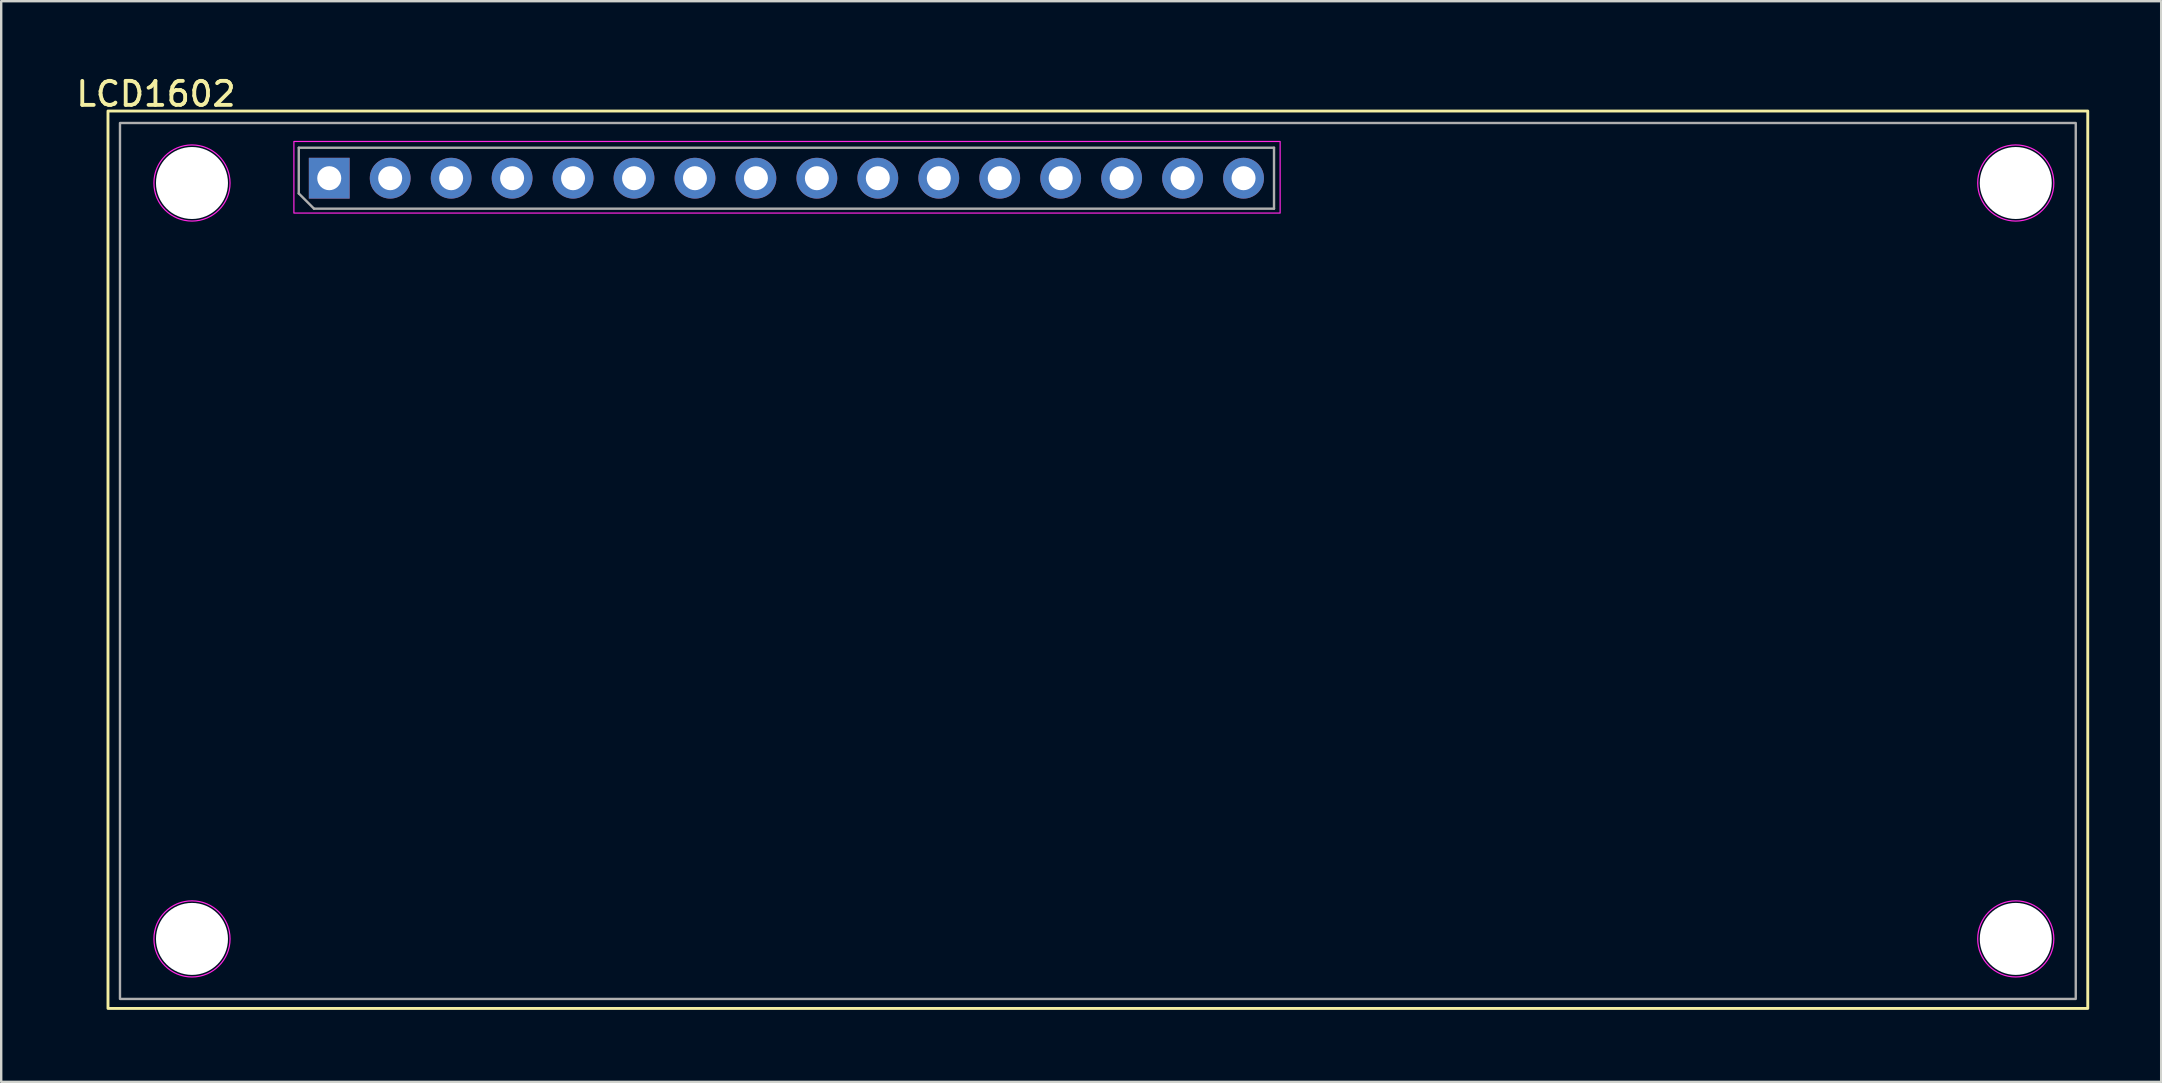
<source format=kicad_pcb>
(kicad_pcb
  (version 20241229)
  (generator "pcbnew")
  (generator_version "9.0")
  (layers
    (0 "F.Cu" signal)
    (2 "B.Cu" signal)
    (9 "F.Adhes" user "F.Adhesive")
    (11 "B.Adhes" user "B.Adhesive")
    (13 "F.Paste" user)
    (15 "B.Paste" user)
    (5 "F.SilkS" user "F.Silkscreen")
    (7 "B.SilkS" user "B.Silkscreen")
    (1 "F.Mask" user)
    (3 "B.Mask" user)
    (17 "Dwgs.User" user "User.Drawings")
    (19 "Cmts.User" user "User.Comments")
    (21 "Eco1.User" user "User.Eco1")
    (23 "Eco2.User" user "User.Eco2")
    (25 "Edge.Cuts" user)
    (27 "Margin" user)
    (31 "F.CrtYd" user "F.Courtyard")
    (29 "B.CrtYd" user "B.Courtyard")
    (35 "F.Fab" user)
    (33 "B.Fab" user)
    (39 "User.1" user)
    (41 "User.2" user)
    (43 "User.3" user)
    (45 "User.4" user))
  (footprint "LCD1602"
    (layer "F.Cu")
    (at 41.45 20.576)
    (property "Reference" "LCD1602" (at -38 -19.71 180) (layer "F.SilkS") (effects (font (size 1 1) (thickness 0.16))))
    (attr through_hole)
    (fp_rect (start -40 -19) (end 42.5 18.397) (stroke (width 0.12) (type default)) (fill no) (layer "F.SilkS"))
    (fp_rect (start -32.253 -17.73) (end 8.845 -14.747) (stroke (width 0.05) (type default)) (fill no) (layer "F.CrtYd"))
    (fp_circle (center -36.5 -16) (end -34.914 -16.002) (stroke (width 0.05) (type default)) (fill no) (layer "F.CrtYd"))
    (fp_circle (center -36.5 15.5) (end -34.914 15.498) (stroke (width 0.05) (type default)) (fill no) (layer "F.CrtYd"))
    (fp_circle (center 39.5 -16) (end 41.086 -16.002) (stroke (width 0.05) (type default)) (fill no) (layer "F.CrtYd"))
    (fp_circle (center 39.5 15.5) (end 41.086 15.498) (stroke (width 0.05) (type default)) (fill no) (layer "F.CrtYd"))
    (fp_line (start -32.05 -17.47) (end 8.59 -17.47) (stroke (width 0.1) (type solid)) (layer "F.Fab"))
    (fp_line (start -32.05 -15.565) (end -32.05 -17.47) (stroke (width 0.1) (type solid)) (layer "F.Fab"))
    (fp_line (start -31.415 -14.93) (end -32.05 -15.565) (stroke (width 0.1) (type solid)) (layer "F.Fab"))
    (fp_line (start 8.59 -17.47) (end 8.59 -14.93) (stroke (width 0.1) (type solid)) (layer "F.Fab"))
    (fp_line (start 8.59 -14.93) (end -31.415 -14.93) (stroke (width 0.1) (type solid)) (layer "F.Fab"))
    (fp_rect (start -39.5 -18.5) (end 42 18) (stroke (width 0.1) (type default)) (fill no) (layer "F.Fab"))
    (pad "" np_thru_hole circle (at -36.5 -16) (size 3 3) (drill 3) (layers "*.Cu" "*.Mask"))
    (pad "" np_thru_hole circle (at -36.5 15.5) (size 3 3) (drill 3) (layers "*.Cu" "*.Mask"))
    (pad "" np_thru_hole circle (at 39.5 -16) (size 3 3) (drill 3) (layers "*.Cu" "*.Mask"))
    (pad "" np_thru_hole circle (at 39.5 15.5) (size 3 3) (drill 3) (layers "*.Cu" "*.Mask"))
    (pad "1" thru_hole rect (at -30.78 -16.2 90) (size 1.7 1.7) (drill 1) (layers "*.Cu" "*.Mask"))
    (pad "2" thru_hole oval (at -28.24 -16.2 90) (size 1.7 1.7) (drill 1) (layers "*.Cu" "*.Mask"))
    (pad "3" thru_hole oval (at -25.7 -16.2 90) (size 1.7 1.7) (drill 1) (layers "*.Cu" "*.Mask"))
    (pad "4" thru_hole oval (at -23.16 -16.2 90) (size 1.7 1.7) (drill 1) (layers "*.Cu" "*.Mask"))
    (pad "5" thru_hole oval (at -20.62 -16.2 90) (size 1.7 1.7) (drill 1) (layers "*.Cu" "*.Mask"))
    (pad "6" thru_hole oval (at -18.08 -16.2 90) (size 1.7 1.7) (drill 1) (layers "*.Cu" "*.Mask"))
    (pad "7" thru_hole oval (at -15.54 -16.2 90) (size 1.7 1.7) (drill 1) (layers "*.Cu" "*.Mask"))
    (pad "8" thru_hole oval (at -13 -16.2 90) (size 1.7 1.7) (drill 1) (layers "*.Cu" "*.Mask"))
    (pad "9" thru_hole oval (at -10.46 -16.2 90) (size 1.7 1.7) (drill 1) (layers "*.Cu" "*.Mask"))
    (pad "10" thru_hole oval (at -7.92 -16.2 90) (size 1.7 1.7) (drill 1) (layers "*.Cu" "*.Mask"))
    (pad "11" thru_hole oval (at -5.38 -16.2 90) (size 1.7 1.7) (drill 1) (layers "*.Cu" "*.Mask"))
    (pad "12" thru_hole oval (at -2.84 -16.2 90) (size 1.7 1.7) (drill 1) (layers "*.Cu" "*.Mask"))
    (pad "13" thru_hole oval (at -0.3 -16.2 90) (size 1.7 1.7) (drill 1) (layers "*.Cu" "*.Mask"))
    (pad "14" thru_hole oval (at 2.24 -16.2 90) (size 1.7 1.7) (drill 1) (layers "*.Cu" "*.Mask"))
    (pad "15" thru_hole oval (at 4.78 -16.2 90) (size 1.7 1.7) (drill 1) (layers "*.Cu" "*.Mask"))
    (pad "16" thru_hole oval (at 7.32 -16.2 90) (size 1.7 1.7) (drill 1) (layers "*.Cu" "*.Mask")))
  (gr_rect
    (start -3 -3)
    (end 87.01 42.033)
    (stroke (width 0.1) (type default))
    (fill no)
    (layer "Edge.Cuts")))
</source>
